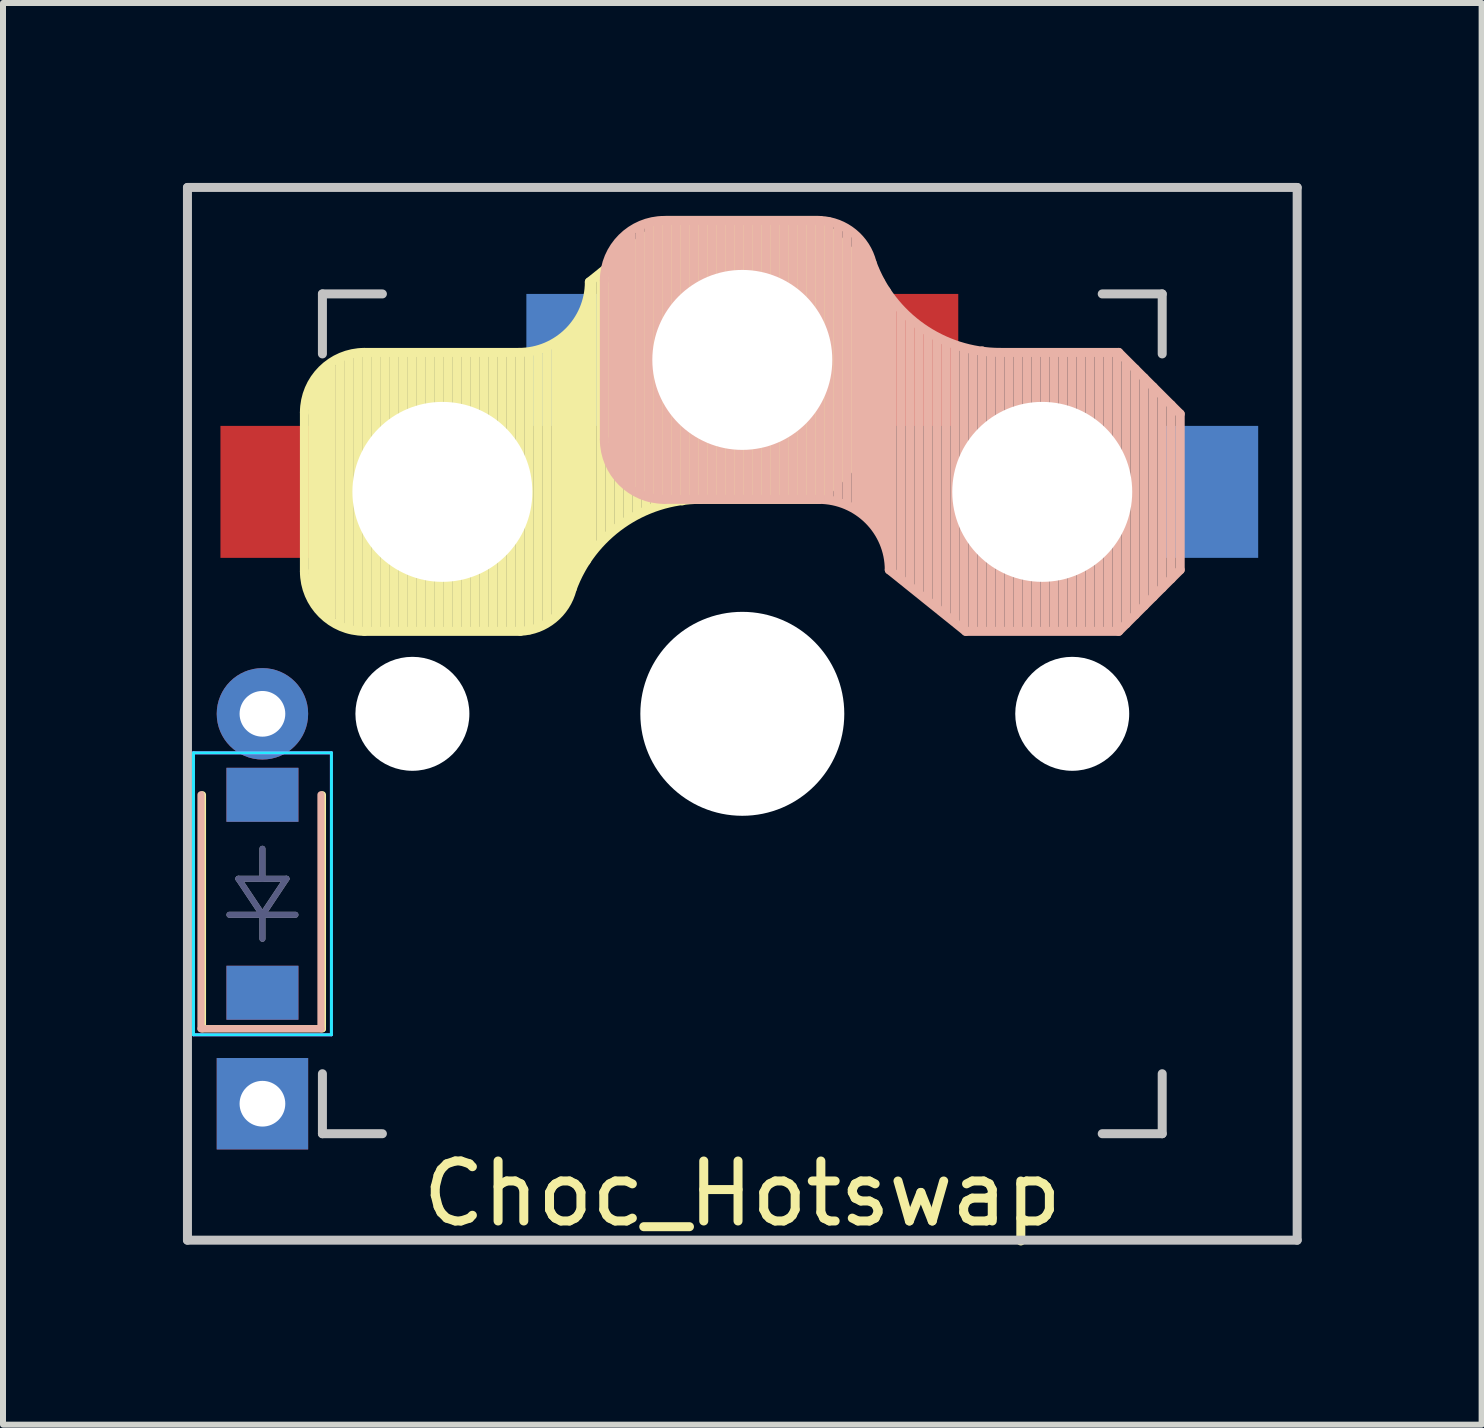
<source format=kicad_pcb>
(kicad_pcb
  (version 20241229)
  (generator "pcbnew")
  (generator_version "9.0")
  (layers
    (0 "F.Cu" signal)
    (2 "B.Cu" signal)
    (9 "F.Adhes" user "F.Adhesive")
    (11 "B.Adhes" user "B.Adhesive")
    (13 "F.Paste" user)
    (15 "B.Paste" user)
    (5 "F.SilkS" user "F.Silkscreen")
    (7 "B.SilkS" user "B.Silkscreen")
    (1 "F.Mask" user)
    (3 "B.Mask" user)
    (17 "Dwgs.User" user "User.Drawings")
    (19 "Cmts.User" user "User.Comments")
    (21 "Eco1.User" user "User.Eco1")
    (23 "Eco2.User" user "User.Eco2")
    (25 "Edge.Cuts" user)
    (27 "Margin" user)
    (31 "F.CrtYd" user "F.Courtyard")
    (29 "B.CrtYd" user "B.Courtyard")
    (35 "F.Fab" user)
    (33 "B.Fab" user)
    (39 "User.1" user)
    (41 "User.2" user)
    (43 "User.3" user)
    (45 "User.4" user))
  (footprint "Choc_Hotswap"
    (layer "F.Cu")
    (at 9.325 8.85)
    (property "Reference" "Choc_Hotswap" (at 0 8 180) (layer "F.SilkS") (effects (font (size 1 1) (thickness 0.15))))
    (attr through_hole)
    (fp_line (start -9 5.25) (end -9 1.35) (stroke (width 0.12) (type solid)) (layer "F.SilkS"))
    (fp_line (start -9 5.25) (end -7 5.25) (stroke (width 0.12) (type solid)) (layer "F.SilkS"))
    (fp_line (start -7.3 -5.025) (end -7.3 -2.375) (stroke (width 0.15) (type solid)) (layer "F.SilkS"))
    (fp_line (start -7.15 -1.95) (end -7.15 -5.5) (stroke (width 0.15) (type solid)) (layer "F.SilkS"))
    (fp_line (start -7.05 -1.8) (end -7.05 -5.55) (stroke (width 0.15) (type solid)) (layer "F.SilkS"))
    (fp_line (start -7 5.25) (end -7 1.35) (stroke (width 0.12) (type solid)) (layer "F.SilkS"))
    (fp_line (start -6.95 -1.7) (end -6.95 -5.65) (stroke (width 0.15) (type solid)) (layer "F.SilkS"))
    (fp_line (start -6.85 -1.6) (end -6.85 -5.8) (stroke (width 0.15) (type solid)) (layer "F.SilkS"))
    (fp_line (start -6.7 -1.5) (end -6.7 -5.9) (stroke (width 0.15) (type solid)) (layer "F.SilkS"))
    (fp_line (start -6.55 -1.45) (end -6.55 -5.95) (stroke (width 0.15) (type solid)) (layer "F.SilkS"))
    (fp_line (start -6.4 -1.4) (end -6.4 -5.95) (stroke (width 0.15) (type solid)) (layer "F.SilkS"))
    (fp_line (start -6.3 -6.025) (end -3.725 -6.025) (stroke (width 0.15) (type solid)) (layer "F.SilkS"))
    (fp_line (start -6.3 -1.375) (end -3.7 -1.375) (stroke (width 0.15) (type solid)) (layer "F.SilkS"))
    (fp_line (start -6.25 -1.4) (end -6.25 -6) (stroke (width 0.15) (type solid)) (layer "F.SilkS"))
    (fp_line (start -6.1 -1.4) (end -6.1 -6) (stroke (width 0.15) (type solid)) (layer "F.SilkS"))
    (fp_line (start -5.95 -1.4) (end -5.95 -6) (stroke (width 0.15) (type solid)) (layer "F.SilkS"))
    (fp_line (start -5.8 -1.4) (end -5.8 -6) (stroke (width 0.15) (type solid)) (layer "F.SilkS"))
    (fp_line (start -5.65 -1.4) (end -5.65 -6) (stroke (width 0.15) (type solid)) (layer "F.SilkS"))
    (fp_line (start -5.5 -1.4) (end -5.5 -6) (stroke (width 0.15) (type solid)) (layer "F.SilkS"))
    (fp_line (start -5.35 -1.4) (end -5.35 -6) (stroke (width 0.15) (type solid)) (layer "F.SilkS"))
    (fp_line (start -5.2 -1.4) (end -5.2 -6) (stroke (width 0.15) (type solid)) (layer "F.SilkS"))
    (fp_line (start -5.05 -1.4) (end -5.05 -6) (stroke (width 0.15) (type solid)) (layer "F.SilkS"))
    (fp_line (start -4.9 -1.4) (end -4.9 -6) (stroke (width 0.15) (type solid)) (layer "F.SilkS"))
    (fp_line (start -4.75 -1.4) (end -4.75 -6) (stroke (width 0.15) (type solid)) (layer "F.SilkS"))
    (fp_line (start -4.6 -1.4) (end -4.6 -6) (stroke (width 0.15) (type solid)) (layer "F.SilkS"))
    (fp_line (start -4.45 -1.4) (end -4.45 -6) (stroke (width 0.15) (type solid)) (layer "F.SilkS"))
    (fp_line (start -4.3 -1.4) (end -4.3 -6) (stroke (width 0.15) (type solid)) (layer "F.SilkS"))
    (fp_line (start -4.15 -1.4) (end -4.15 -6) (stroke (width 0.15) (type solid)) (layer "F.SilkS"))
    (fp_line (start -4 -1.4) (end -4 -6) (stroke (width 0.15) (type solid)) (layer "F.SilkS"))
    (fp_line (start -3.85 -1.4) (end -3.85 -5.95) (stroke (width 0.15) (type solid)) (layer "F.SilkS"))
    (fp_line (start -3.7 -1.4) (end -3.7 -6) (stroke (width 0.15) (type solid)) (layer "F.SilkS"))
    (fp_line (start -3.55 -1.4) (end -3.55 -6) (stroke (width 0.15) (type solid)) (layer "F.SilkS"))
    (fp_line (start -3.4 -1.45) (end -3.4 -6) (stroke (width 0.15) (type solid)) (layer "F.SilkS"))
    (fp_line (start -3.25 -1.55) (end -3.25 -6.1) (stroke (width 0.15) (type solid)) (layer "F.SilkS"))
    (fp_line (start -3.1 -1.65) (end -3.1 -6.15) (stroke (width 0.15) (type solid)) (layer "F.SilkS"))
    (fp_line (start -3 -1.8) (end -3 -6.2) (stroke (width 0.15) (type solid)) (layer "F.SilkS"))
    (fp_line (start -2.9 -2.05) (end -2.9 -6.25) (stroke (width 0.15) (type solid)) (layer "F.SilkS"))
    (fp_line (start -2.8 -2.2) (end -2.8 -6.35) (stroke (width 0.15) (type solid)) (layer "F.SilkS"))
    (fp_line (start -2.7 -2.4) (end -2.7 -6.55) (stroke (width 0.15) (type solid)) (layer "F.SilkS"))
    (fp_line (start -2.6 -2.55) (end -2.6 -6.7) (stroke (width 0.15) (type solid)) (layer "F.SilkS"))
    (fp_line (start -2.5 -2.75) (end -2.5 -7.2) (stroke (width 0.15) (type solid)) (layer "F.SilkS"))
    (fp_line (start -2.35 -2.9) (end -2.35 -7.35) (stroke (width 0.15) (type solid)) (layer "F.SilkS"))
    (fp_line (start -2.2 -3.05) (end -2.2 -7.45) (stroke (width 0.15) (type solid)) (layer "F.SilkS"))
    (fp_line (start -2.05 -3.15) (end -2.05 -7.55) (stroke (width 0.15) (type solid)) (layer "F.SilkS"))
    (fp_line (start -1.9 -3.25) (end -1.9 -7.7) (stroke (width 0.15) (type solid)) (layer "F.SilkS"))
    (fp_line (start -1.75 -3.35) (end -1.75 -7.8) (stroke (width 0.15) (type solid)) (layer "F.SilkS"))
    (fp_line (start -1.6 -3.4) (end -1.6 -7.95) (stroke (width 0.15) (type solid)) (layer "F.SilkS"))
    (fp_line (start -1.45 -3.5) (end -1.45 -8.05) (stroke (width 0.15) (type solid)) (layer "F.SilkS"))
    (fp_line (start -1.3 -3.55) (end -1.3 -8.15) (stroke (width 0.15) (type solid)) (layer "F.SilkS"))
    (fp_line (start -1.275 -8.225) (end -2.55 -7.2) (stroke (width 0.15) (type solid)) (layer "F.SilkS"))
    (fp_line (start -1.275 -8.225) (end 1.275 -8.225) (stroke (width 0.15) (type solid)) (layer "F.SilkS"))
    (fp_line (start -1.15 -3.55) (end -1.15 -8.2) (stroke (width 0.15) (type solid)) (layer "F.SilkS"))
    (fp_line (start -1 -3.55) (end -1 -8.2) (stroke (width 0.15) (type solid)) (layer "F.SilkS"))
    (fp_line (start -0.85 -3.6) (end -0.85 -8.15) (stroke (width 0.15) (type solid)) (layer "F.SilkS"))
    (fp_line (start -0.7 -3.6) (end -0.7 -8.2) (stroke (width 0.15) (type solid)) (layer "F.SilkS"))
    (fp_line (start -0.7 -3.575) (end 1.275 -3.575) (stroke (width 0.15) (type solid)) (layer "F.SilkS"))
    (fp_line (start -0.55 -3.6) (end -0.55 -8.2) (stroke (width 0.15) (type solid)) (layer "F.SilkS"))
    (fp_line (start -0.4 -3.6) (end -0.4 -8.2) (stroke (width 0.15) (type solid)) (layer "F.SilkS"))
    (fp_line (start -0.25 -3.6) (end -0.25 -8.2) (stroke (width 0.15) (type solid)) (layer "F.SilkS"))
    (fp_line (start -0.1 -3.6) (end -0.1 -8.2) (stroke (width 0.15) (type solid)) (layer "F.SilkS"))
    (fp_line (start 0.05 -3.6) (end 0.05 -8.2) (stroke (width 0.15) (type solid)) (layer "F.SilkS"))
    (fp_line (start 0.2 -3.6) (end 0.2 -8.2) (stroke (width 0.15) (type solid)) (layer "F.SilkS"))
    (fp_line (start 0.35 -3.6) (end 0.35 -8.2) (stroke (width 0.15) (type solid)) (layer "F.SilkS"))
    (fp_line (start 0.5 -3.6) (end 0.5 -8.2) (stroke (width 0.15) (type solid)) (layer "F.SilkS"))
    (fp_line (start 0.65 -3.6) (end 0.65 -8.2) (stroke (width 0.15) (type solid)) (layer "F.SilkS"))
    (fp_line (start 0.8 -3.6) (end 0.8 -8.2) (stroke (width 0.15) (type solid)) (layer "F.SilkS"))
    (fp_line (start 0.95 -3.6) (end 0.95 -8.2) (stroke (width 0.15) (type solid)) (layer "F.SilkS"))
    (fp_line (start 1.1 -3.6) (end 1.1 -8.2) (stroke (width 0.15) (type solid)) (layer "F.SilkS"))
    (fp_line (start 1.25 -3.6) (end 1.25 -8.2) (stroke (width 0.15) (type solid)) (layer "F.SilkS"))
    (fp_line (start 1.4 -3.75) (end 1.4 -8.1) (stroke (width 0.15) (type solid)) (layer "F.SilkS"))
    (fp_line (start 1.55 -3.85) (end 1.55 -7.95) (stroke (width 0.15) (type solid)) (layer "F.SilkS"))
    (fp_line (start 1.7 -4) (end 1.7 -7.8) (stroke (width 0.15) (type solid)) (layer "F.SilkS"))
    (fp_line (start 1.85 -4.15) (end 1.85 -7.65) (stroke (width 0.15) (type solid)) (layer "F.SilkS"))
    (fp_line (start 2 -4.35) (end 2 -7.5) (stroke (width 0.15) (type solid)) (layer "F.SilkS"))
    (fp_line (start 2.15 -4.45) (end 2.15 -7.35) (stroke (width 0.15) (type solid)) (layer "F.SilkS"))
    (fp_line (start 2.3 -7.2) (end 1.275 -8.225) (stroke (width 0.15) (type solid)) (layer "F.SilkS"))
    (fp_line (start 2.3 -7.2) (end 2.3 -4.6) (stroke (width 0.15) (type solid)) (layer "F.SilkS"))
    (fp_line (start 2.3 -4.6) (end 1.275 -3.575) (stroke (width 0.15) (type solid)) (layer "F.SilkS"))
    (fp_arc (start -7.3 -5.025) (mid -7.007107 -5.732107) (end -6.3 -6.025) (stroke (width 0.15) (type solid)) (layer "F.SilkS"))
    (fp_arc (start -6.3 -1.375) (mid -7.007107 -1.667893) (end -7.3 -2.375) (stroke (width 0.15) (type solid)) (layer "F.SilkS"))
    (fp_arc (start -2.837801 -2.078096) (mid -3.151716 -1.583979) (end -3.699005 -1.376209) (stroke (width 0.15) (type solid)) (layer "F.SilkS"))
    (fp_arc (start -2.837801 -2.078096) (mid -2.004887 -3.163571) (end -0.7 -3.575) (stroke (width 0.15) (type solid)) (layer "F.SilkS"))
    (fp_arc (start -2.55 -7.2) (mid -2.89415 -6.36915) (end -3.725 -6.025) (stroke (width 0.15) (type solid)) (layer "F.SilkS"))
    (fp_line (start -9.024 5.25) (end -9.024 1.35) (stroke (width 0.12) (type solid)) (layer "B.SilkS"))
    (fp_line (start -7.024 5.25) (end -9.024 5.25) (stroke (width 0.12) (type solid)) (layer "B.SilkS"))
    (fp_line (start -7.024 5.25) (end -7.024 1.35) (stroke (width 0.12) (type solid)) (layer "B.SilkS"))
    (fp_line (start -2.3 -4.575) (end -2.3 -7.225) (stroke (width 0.15) (type solid)) (layer "B.SilkS"))
    (fp_line (start -2.15 -7.65) (end -2.15 -4.1) (stroke (width 0.15) (type solid)) (layer "B.SilkS"))
    (fp_line (start -2.05 -7.8) (end -2.05 -4.05) (stroke (width 0.15) (type solid)) (layer "B.SilkS"))
    (fp_line (start -1.95 -7.9) (end -1.95 -3.95) (stroke (width 0.15) (type solid)) (layer "B.SilkS"))
    (fp_line (start -1.85 -8) (end -1.85 -3.8) (stroke (width 0.15) (type solid)) (layer "B.SilkS"))
    (fp_line (start -1.7 -8.1) (end -1.7 -3.7) (stroke (width 0.15) (type solid)) (layer "B.SilkS"))
    (fp_line (start -1.55 -8.15) (end -1.55 -3.65) (stroke (width 0.15) (type solid)) (layer "B.SilkS"))
    (fp_line (start -1.4 -8.2) (end -1.4 -3.65) (stroke (width 0.15) (type solid)) (layer "B.SilkS"))
    (fp_line (start -1.3 -8.225) (end 1.3 -8.225) (stroke (width 0.15) (type solid)) (layer "B.SilkS"))
    (fp_line (start -1.3 -3.575) (end 1.275 -3.575) (stroke (width 0.15) (type solid)) (layer "B.SilkS"))
    (fp_line (start -1.25 -8.2) (end -1.25 -3.6) (stroke (width 0.15) (type solid)) (layer "B.SilkS"))
    (fp_line (start -1.1 -8.2) (end -1.1 -3.6) (stroke (width 0.15) (type solid)) (layer "B.SilkS"))
    (fp_line (start -0.95 -8.2) (end -0.95 -3.6) (stroke (width 0.15) (type solid)) (layer "B.SilkS"))
    (fp_line (start -0.8 -8.2) (end -0.8 -3.6) (stroke (width 0.15) (type solid)) (layer "B.SilkS"))
    (fp_line (start -0.65 -8.2) (end -0.65 -3.6) (stroke (width 0.15) (type solid)) (layer "B.SilkS"))
    (fp_line (start -0.5 -8.2) (end -0.5 -3.6) (stroke (width 0.15) (type solid)) (layer "B.SilkS"))
    (fp_line (start -0.35 -8.2) (end -0.35 -3.6) (stroke (width 0.15) (type solid)) (layer "B.SilkS"))
    (fp_line (start -0.2 -8.2) (end -0.2 -3.6) (stroke (width 0.15) (type solid)) (layer "B.SilkS"))
    (fp_line (start -0.05 -8.2) (end -0.05 -3.6) (stroke (width 0.15) (type solid)) (layer "B.SilkS"))
    (fp_line (start 0.1 -8.2) (end 0.1 -3.6) (stroke (width 0.15) (type solid)) (layer "B.SilkS"))
    (fp_line (start 0.25 -8.2) (end 0.25 -3.6) (stroke (width 0.15) (type solid)) (layer "B.SilkS"))
    (fp_line (start 0.4 -8.2) (end 0.4 -3.6) (stroke (width 0.15) (type solid)) (layer "B.SilkS"))
    (fp_line (start 0.55 -8.2) (end 0.55 -3.6) (stroke (width 0.15) (type solid)) (layer "B.SilkS"))
    (fp_line (start 0.7 -8.2) (end 0.7 -3.6) (stroke (width 0.15) (type solid)) (layer "B.SilkS"))
    (fp_line (start 0.85 -8.2) (end 0.85 -3.6) (stroke (width 0.15) (type solid)) (layer "B.SilkS"))
    (fp_line (start 1 -8.2) (end 1 -3.6) (stroke (width 0.15) (type solid)) (layer "B.SilkS"))
    (fp_line (start 1.15 -8.2) (end 1.15 -3.65) (stroke (width 0.15) (type solid)) (layer "B.SilkS"))
    (fp_line (start 1.3 -8.2) (end 1.3 -3.6) (stroke (width 0.15) (type solid)) (layer "B.SilkS"))
    (fp_line (start 1.45 -8.2) (end 1.45 -3.6) (stroke (width 0.15) (type solid)) (layer "B.SilkS"))
    (fp_line (start 1.6 -8.15) (end 1.6 -3.6) (stroke (width 0.15) (type solid)) (layer "B.SilkS"))
    (fp_line (start 1.75 -8.05) (end 1.75 -3.5) (stroke (width 0.15) (type solid)) (layer "B.SilkS"))
    (fp_line (start 1.9 -7.95) (end 1.9 -3.45) (stroke (width 0.15) (type solid)) (layer "B.SilkS"))
    (fp_line (start 2 -7.8) (end 2 -3.4) (stroke (width 0.15) (type solid)) (layer "B.SilkS"))
    (fp_line (start 2.1 -7.55) (end 2.1 -3.35) (stroke (width 0.15) (type solid)) (layer "B.SilkS"))
    (fp_line (start 2.2 -7.4) (end 2.2 -3.25) (stroke (width 0.15) (type solid)) (layer "B.SilkS"))
    (fp_line (start 2.3 -7.2) (end 2.3 -3.05) (stroke (width 0.15) (type solid)) (layer "B.SilkS"))
    (fp_line (start 2.4 -7.05) (end 2.4 -2.9) (stroke (width 0.15) (type solid)) (layer "B.SilkS"))
    (fp_line (start 2.5 -6.85) (end 2.5 -2.4) (stroke (width 0.15) (type solid)) (layer "B.SilkS"))
    (fp_line (start 2.65 -6.7) (end 2.65 -2.25) (stroke (width 0.15) (type solid)) (layer "B.SilkS"))
    (fp_line (start 2.8 -6.55) (end 2.8 -2.15) (stroke (width 0.15) (type solid)) (layer "B.SilkS"))
    (fp_line (start 2.95 -6.45) (end 2.95 -2.05) (stroke (width 0.15) (type solid)) (layer "B.SilkS"))
    (fp_line (start 3.1 -6.35) (end 3.1 -1.9) (stroke (width 0.15) (type solid)) (layer "B.SilkS"))
    (fp_line (start 3.25 -6.25) (end 3.25 -1.8) (stroke (width 0.15) (type solid)) (layer "B.SilkS"))
    (fp_line (start 3.4 -6.2) (end 3.4 -1.65) (stroke (width 0.15) (type solid)) (layer "B.SilkS"))
    (fp_line (start 3.55 -6.1) (end 3.55 -1.55) (stroke (width 0.15) (type solid)) (layer "B.SilkS"))
    (fp_line (start 3.7 -6.05) (end 3.7 -1.45) (stroke (width 0.15) (type solid)) (layer "B.SilkS"))
    (fp_line (start 3.725 -1.375) (end 2.45 -2.4) (stroke (width 0.15) (type solid)) (layer "B.SilkS"))
    (fp_line (start 3.725 -1.375) (end 6.275 -1.375) (stroke (width 0.15) (type solid)) (layer "B.SilkS"))
    (fp_line (start 3.85 -6.05) (end 3.85 -1.4) (stroke (width 0.15) (type solid)) (layer "B.SilkS"))
    (fp_line (start 4 -6.05) (end 4 -1.4) (stroke (width 0.15) (type solid)) (layer "B.SilkS"))
    (fp_line (start 4.15 -6) (end 4.15 -1.45) (stroke (width 0.15) (type solid)) (layer "B.SilkS"))
    (fp_line (start 4.3 -6.025) (end 6.275 -6.025) (stroke (width 0.15) (type solid)) (layer "B.SilkS"))
    (fp_line (start 4.3 -6) (end 4.3 -1.4) (stroke (width 0.15) (type solid)) (layer "B.SilkS"))
    (fp_line (start 4.45 -6) (end 4.45 -1.4) (stroke (width 0.15) (type solid)) (layer "B.SilkS"))
    (fp_line (start 4.6 -6) (end 4.6 -1.4) (stroke (width 0.15) (type solid)) (layer "B.SilkS"))
    (fp_line (start 4.75 -6) (end 4.75 -1.4) (stroke (width 0.15) (type solid)) (layer "B.SilkS"))
    (fp_line (start 4.9 -6) (end 4.9 -1.4) (stroke (width 0.15) (type solid)) (layer "B.SilkS"))
    (fp_line (start 5.05 -6) (end 5.05 -1.4) (stroke (width 0.15) (type solid)) (layer "B.SilkS"))
    (fp_line (start 5.2 -6) (end 5.2 -1.4) (stroke (width 0.15) (type solid)) (layer "B.SilkS"))
    (fp_line (start 5.35 -6) (end 5.35 -1.4) (stroke (width 0.15) (type solid)) (layer "B.SilkS"))
    (fp_line (start 5.5 -6) (end 5.5 -1.4) (stroke (width 0.15) (type solid)) (layer "B.SilkS"))
    (fp_line (start 5.65 -6) (end 5.65 -1.4) (stroke (width 0.15) (type solid)) (layer "B.SilkS"))
    (fp_line (start 5.8 -6) (end 5.8 -1.4) (stroke (width 0.15) (type solid)) (layer "B.SilkS"))
    (fp_line (start 5.95 -6) (end 5.95 -1.4) (stroke (width 0.15) (type solid)) (layer "B.SilkS"))
    (fp_line (start 6.1 -6) (end 6.1 -1.4) (stroke (width 0.15) (type solid)) (layer "B.SilkS"))
    (fp_line (start 6.25 -6) (end 6.25 -1.4) (stroke (width 0.15) (type solid)) (layer "B.SilkS"))
    (fp_line (start 6.4 -5.85) (end 6.4 -1.5) (stroke (width 0.15) (type solid)) (layer "B.SilkS"))
    (fp_line (start 6.55 -5.75) (end 6.55 -1.65) (stroke (width 0.15) (type solid)) (layer "B.SilkS"))
    (fp_line (start 6.7 -5.6) (end 6.7 -1.8) (stroke (width 0.15) (type solid)) (layer "B.SilkS"))
    (fp_line (start 6.85 -5.45) (end 6.85 -1.95) (stroke (width 0.15) (type solid)) (layer "B.SilkS"))
    (fp_line (start 7 -5.25) (end 7 -2.1) (stroke (width 0.15) (type solid)) (layer "B.SilkS"))
    (fp_line (start 7.15 -5.15) (end 7.15 -2.25) (stroke (width 0.15) (type solid)) (layer "B.SilkS"))
    (fp_line (start 7.3 -5) (end 6.275 -6.025) (stroke (width 0.15) (type solid)) (layer "B.SilkS"))
    (fp_line (start 7.3 -2.4) (end 6.275 -1.375) (stroke (width 0.15) (type solid)) (layer "B.SilkS"))
    (fp_line (start 7.3 -2.4) (end 7.3 -5) (stroke (width 0.15) (type solid)) (layer "B.SilkS"))
    (fp_arc (start -2.3 -7.225) (mid -2.007107 -7.932107) (end -1.3 -8.225) (stroke (width 0.15) (type solid)) (layer "B.SilkS"))
    (fp_arc (start -1.3 -3.575) (mid -2.007107 -3.867893) (end -2.3 -4.575) (stroke (width 0.15) (type solid)) (layer "B.SilkS"))
    (fp_arc (start 1.275 -3.575) (mid 2.10585 -3.23085) (end 2.45 -2.4) (stroke (width 0.15) (type solid)) (layer "B.SilkS"))
    (fp_arc (start 1.300995 -8.223791) (mid 1.848284 -8.016021) (end 2.162199 -7.521904) (stroke (width 0.15) (type solid)) (layer "B.SilkS"))
    (fp_arc (start 4.3 -6.025) (mid 2.995114 -6.436429) (end 2.162199 -7.521904) (stroke (width 0.15) (type solid)) (layer "B.SilkS"))
    (fp_line (start -9.25 -8.775) (end 9.25 -8.775) (stroke (width 0.15) (type solid)) (layer "Dwgs.User"))
    (fp_line (start -9.25 8.775) (end -9.25 -8.775) (stroke (width 0.15) (type solid)) (layer "Dwgs.User"))
    (fp_line (start -7 -7) (end -7 -6) (stroke (width 0.15) (type solid)) (layer "Dwgs.User"))
    (fp_line (start -7 6) (end -7 7) (stroke (width 0.15) (type solid)) (layer "Dwgs.User"))
    (fp_line (start -7 7) (end -6 7) (stroke (width 0.15) (type solid)) (layer "Dwgs.User"))
    (fp_line (start -6 -7) (end -7 -7) (stroke (width 0.15) (type solid)) (layer "Dwgs.User"))
    (fp_line (start 6 -7) (end 7 -7) (stroke (width 0.15) (type solid)) (layer "Dwgs.User"))
    (fp_line (start 7 -7) (end 7 -6) (stroke (width 0.15) (type solid)) (layer "Dwgs.User"))
    (fp_line (start 7 6) (end 7 7) (stroke (width 0.15) (type solid)) (layer "Dwgs.User"))
    (fp_line (start 7 7) (end 6 7) (stroke (width 0.15) (type solid)) (layer "Dwgs.User"))
    (fp_line (start 9.25 -8.775) (end 9.25 8.775) (stroke (width 0.15) (type solid)) (layer "Dwgs.User"))
    (fp_line (start 9.25 8.775) (end -9.25 8.775) (stroke (width 0.15) (type solid)) (layer "Dwgs.User"))
    (fp_line (start -9.15 0.65) (end -9.15 5.35) (stroke (width 0.05) (type solid)) (layer "B.CrtYd"))
    (fp_line (start -9.15 0.65) (end -6.85 0.65) (stroke (width 0.05) (type solid)) (layer "B.CrtYd"))
    (fp_line (start -9.15 5.35) (end -6.85 5.35) (stroke (width 0.05) (type solid)) (layer "B.CrtYd"))
    (fp_line (start -6.85 5.35) (end -6.85 0.65) (stroke (width 0.05) (type solid)) (layer "B.CrtYd"))
    (fp_line (start -9.15 0.65) (end -6.85 0.65) (stroke (width 0.05) (type solid)) (layer "F.CrtYd"))
    (fp_line (start -9.15 5.35) (end -9.15 0.65) (stroke (width 0.05) (type solid)) (layer "F.CrtYd"))
    (fp_line (start -9.15 5.35) (end -6.85 5.35) (stroke (width 0.05) (type solid)) (layer "F.CrtYd"))
    (fp_line (start -6.85 0.65) (end -6.85 5.35) (stroke (width 0.05) (type solid)) (layer "F.CrtYd"))
    (fp_line (start -8.4 2.75) (end -7.6 2.75) (stroke (width 0.1) (type solid)) (layer "B.Fab"))
    (fp_line (start -8 2.75) (end -8 2.25) (stroke (width 0.1) (type solid)) (layer "B.Fab"))
    (fp_line (start -8 3.35) (end -8.55 3.35) (stroke (width 0.1) (type solid)) (layer "B.Fab"))
    (fp_line (start -8 3.35) (end -8.4 2.75) (stroke (width 0.1) (type solid)) (layer "B.Fab"))
    (fp_line (start -8 3.35) (end -7.45 3.35) (stroke (width 0.1) (type solid)) (layer "B.Fab"))
    (fp_line (start -8 3.75) (end -8 3.35) (stroke (width 0.1) (type solid)) (layer "B.Fab"))
    (fp_line (start -7.6 2.75) (end -8 3.35) (stroke (width 0.1) (type solid)) (layer "B.Fab"))
    (fp_line (start -8.4 2.75) (end -7.6 2.75) (stroke (width 0.1) (type solid)) (layer "F.Fab"))
    (fp_line (start -8 2.75) (end -8 2.25) (stroke (width 0.1) (type solid)) (layer "F.Fab"))
    (fp_line (start -8 3.35) (end -8.55 3.35) (stroke (width 0.1) (type solid)) (layer "F.Fab"))
    (fp_line (start -8 3.35) (end -8.4 2.75) (stroke (width 0.1) (type solid)) (layer "F.Fab"))
    (fp_line (start -8 3.35) (end -7.45 3.35) (stroke (width 0.1) (type solid)) (layer "F.Fab"))
    (fp_line (start -8 3.75) (end -8 3.35) (stroke (width 0.1) (type solid)) (layer "F.Fab"))
    (fp_line (start -7.6 2.75) (end -8 3.35) (stroke (width 0.1) (type solid)) (layer "F.Fab"))
    (pad "" np_thru_hole circle (at -5.5 0) (size 1.9 1.9) (drill 1.9) (layers "*.Cu" "*.Mask"))
    (pad "" np_thru_hole circle (at -5 -3.7 90) (size 3 3) (drill 3) (layers "*.Cu" "*.Mask"))
    (pad "" np_thru_hole circle (at 0 -5.9 270) (size 3 3) (drill 3) (layers "*.Cu" "*.Mask"))
    (pad "" np_thru_hole circle (at 0 0 270) (size 3.4 3.4) (drill 3.4) (layers "*.Cu" "*.Mask"))
    (pad "" np_thru_hole circle (at 5 -3.7 270) (size 3 3) (drill 3) (layers "*.Cu" "*.Mask"))
    (pad "" np_thru_hole circle (at 5.5 0) (size 1.9 1.9) (drill 1.9) (layers "*.Cu" "*.Mask"))
    (pad "5" smd rect (at -2.8 -5.9) (size 1.6 2.2) (layers "B.Cu" "B.Mask" "B.Paste"))
    (pad "5" smd rect (at 2.8 -5.9) (size 1.6 2.2) (layers "F.Cu" "F.Mask" "F.Paste"))
    (pad "6" thru_hole circle (at -8 0 90) (size 1.524 1.524) (drill 0.762) (layers "*.Cu" "*.Mask"))
    (pad "6" smd rect (at -8 1.35 90) (size 0.9 1.2) (layers "F.Cu" "F.Mask" "F.Paste"))
    (pad "6" smd rect (at -8 1.35 90) (size 0.9 1.2) (layers "B.Cu" "B.Mask" "B.Paste"))
    (pad "6" smd rect (at -7.9 -3.7) (size 1.6 2.2) (layers "F.Cu" "F.Mask" "F.Paste"))
    (pad "6" smd rect (at 7.8 -3.7) (size 1.6 2.2) (layers "B.Cu" "B.Mask" "B.Paste"))
    (pad "7" smd rect (at -8 4.65 90) (size 0.9 1.2) (layers "F.Cu" "F.Mask" "F.Paste"))
    (pad "7" smd rect (at -8 4.65 90) (size 0.9 1.2) (layers "B.Cu" "B.Mask" "B.Paste"))
    (pad "7" thru_hole rect (at -8 6.5 90) (size 1.524 1.524) (drill 0.762) (layers "*.Cu" "*.Mask")))
  (gr_rect
    (start -3 -3)
    (end 21.65 20.7)
    (stroke (width 0.1) (type default))
    (fill no)
    (layer "Edge.Cuts")))
</source>
